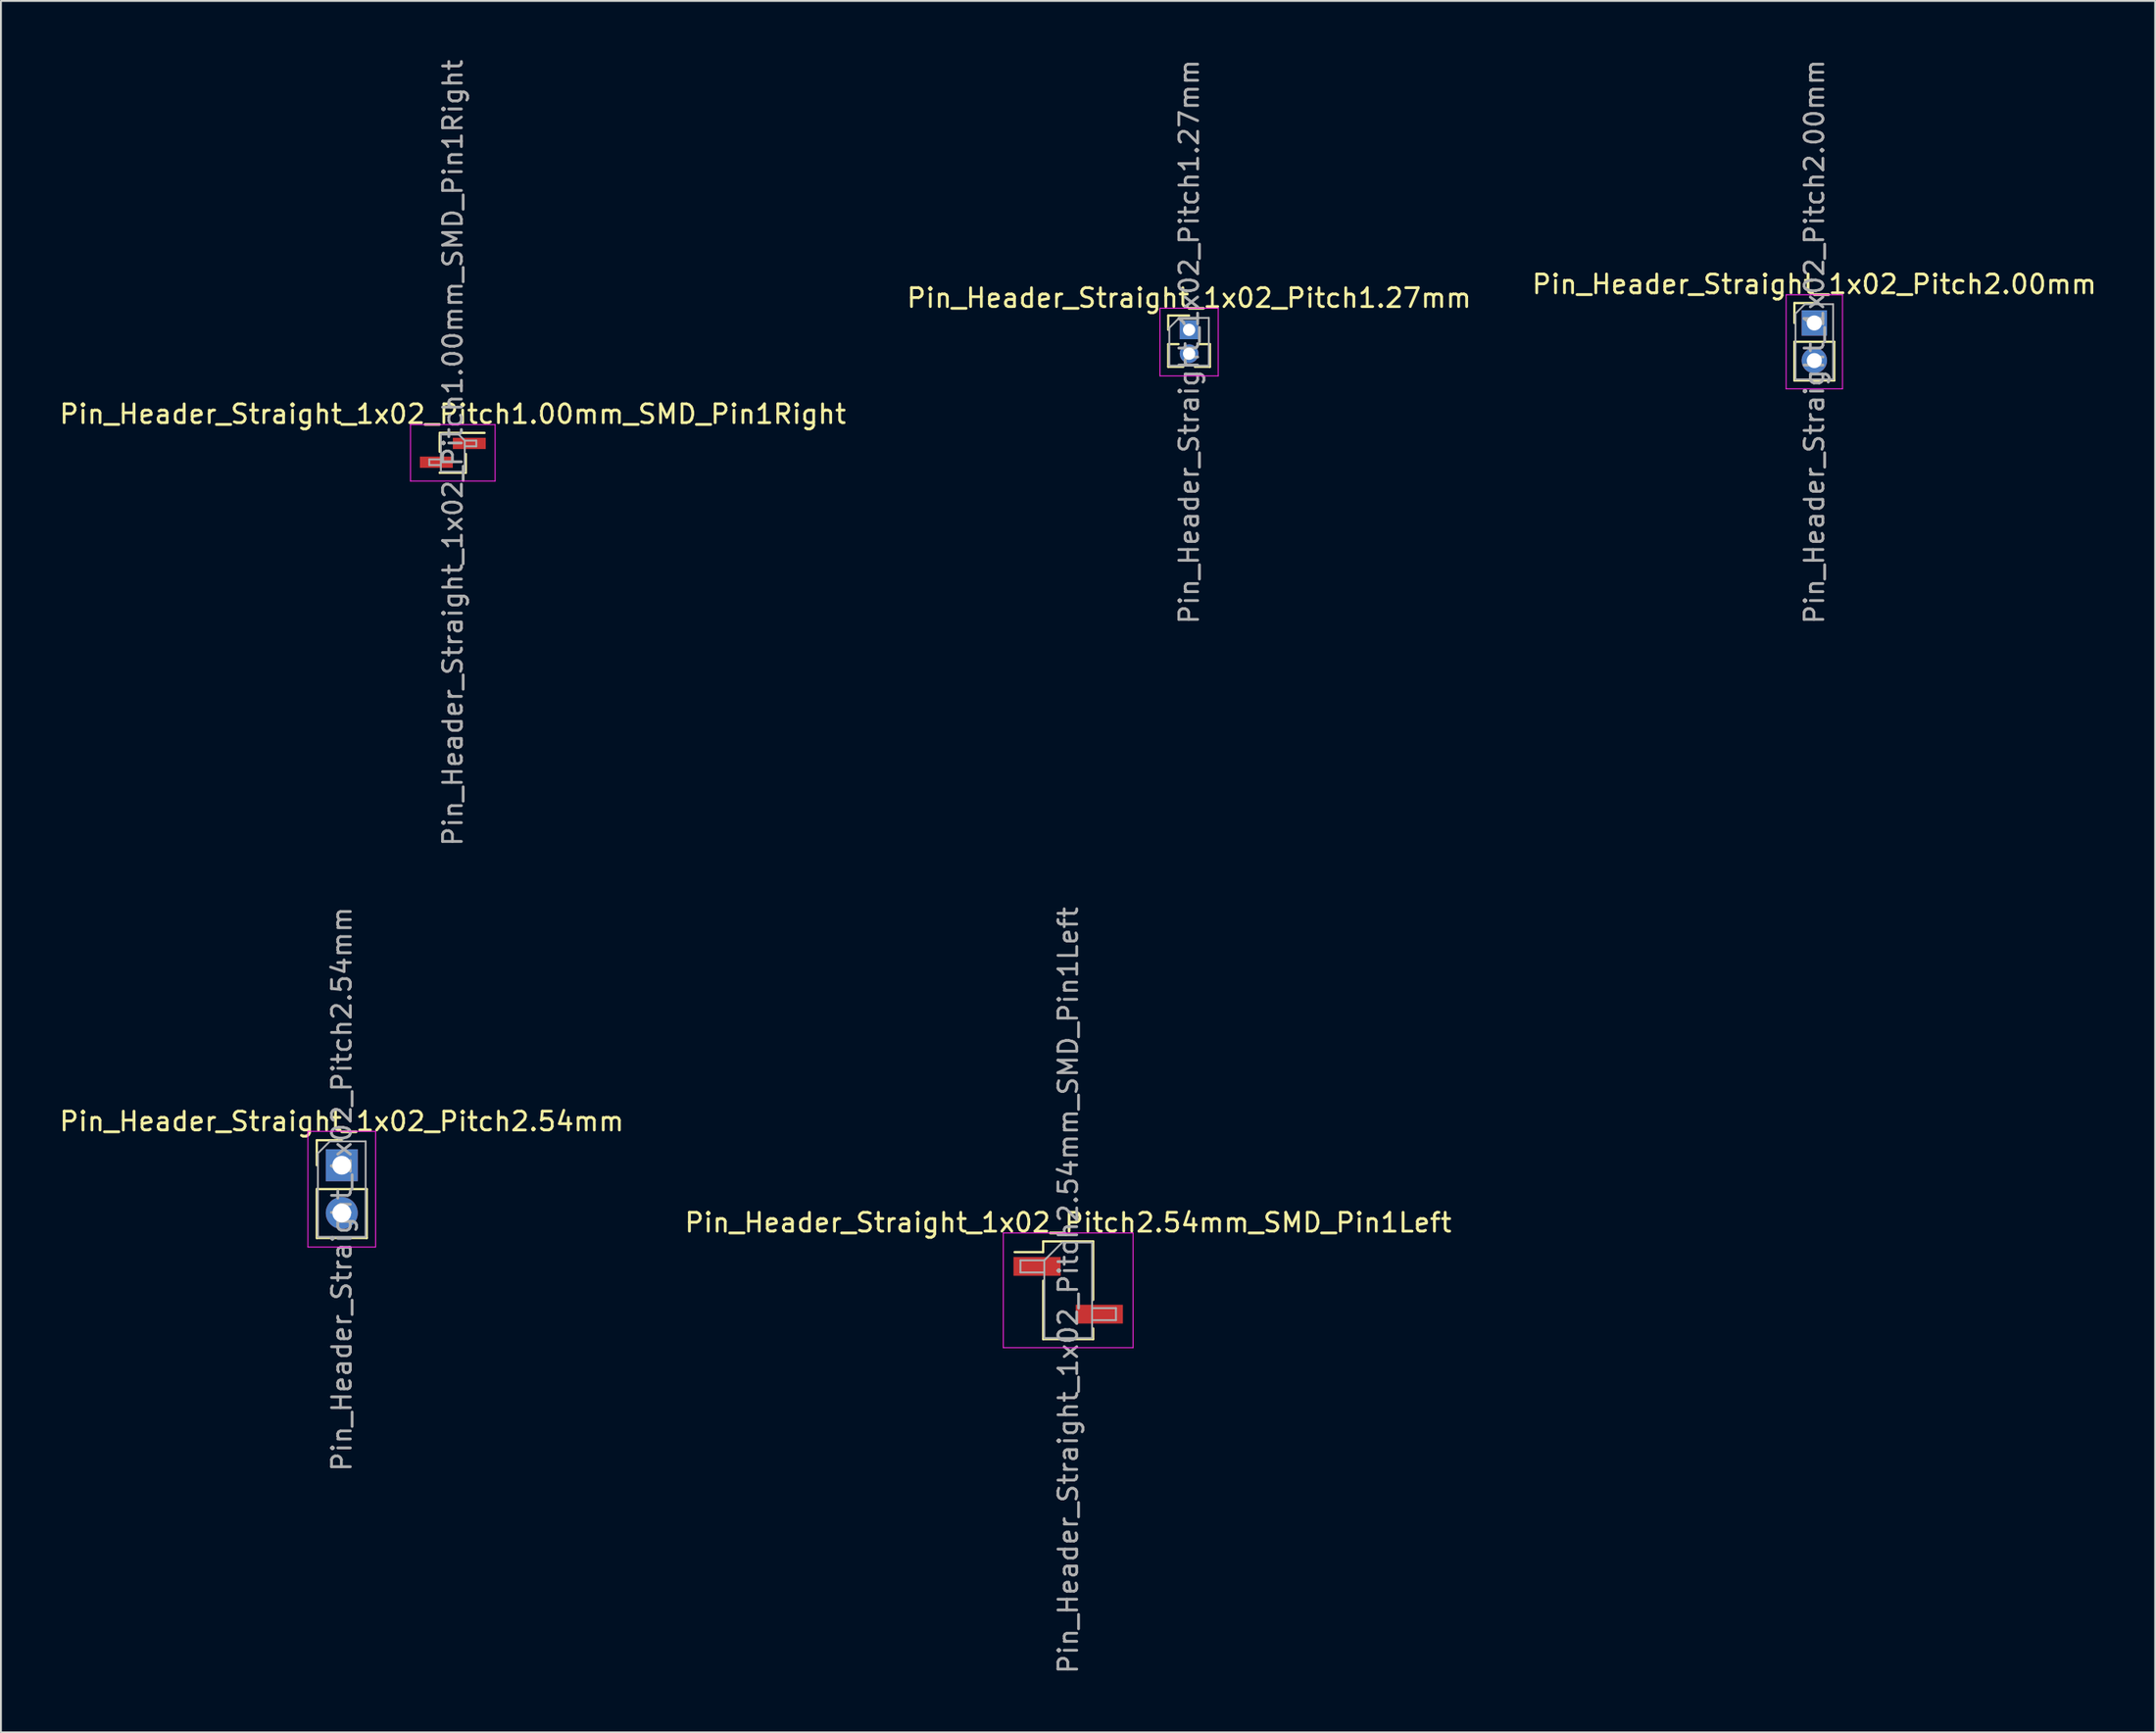
<source format=kicad_pcb>
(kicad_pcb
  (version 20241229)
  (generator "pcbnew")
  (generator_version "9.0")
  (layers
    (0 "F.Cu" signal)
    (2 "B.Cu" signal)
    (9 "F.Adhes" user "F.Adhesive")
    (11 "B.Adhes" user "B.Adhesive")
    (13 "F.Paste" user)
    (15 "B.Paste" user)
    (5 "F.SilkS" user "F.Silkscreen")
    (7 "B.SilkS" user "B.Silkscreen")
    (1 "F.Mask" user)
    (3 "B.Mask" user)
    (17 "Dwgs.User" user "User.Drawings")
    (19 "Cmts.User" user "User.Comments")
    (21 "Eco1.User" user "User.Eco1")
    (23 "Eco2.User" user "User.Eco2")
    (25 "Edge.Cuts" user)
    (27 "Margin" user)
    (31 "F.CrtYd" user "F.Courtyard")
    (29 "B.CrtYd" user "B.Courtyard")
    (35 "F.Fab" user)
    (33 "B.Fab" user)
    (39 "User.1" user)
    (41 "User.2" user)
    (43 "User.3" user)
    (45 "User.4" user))
  (footprint "Pin_Header_Straight_1x02_Pitch2.54mm_SMD_Pin1Left"
    (layer "F.Cu")
    (at 53.756 65.565)
    (property "Reference" "Pin_Header_Straight_1x02_Pitch2.54mm_SMD_Pin1Left" (at 0 -3.6 0) (layer "F.SilkS") (effects (font (size 1 1) (thickness 0.15))))
    (attr smd)
    (fp_line (start -1.33 -2.6) (end -1.33 -2.03) (stroke (width 0.12) (type solid)) (layer "F.SilkS"))
    (fp_line (start -1.33 -2.6) (end 1.33 -2.6) (stroke (width 0.12) (type solid)) (layer "F.SilkS"))
    (fp_line (start -1.33 -2.03) (end -2.85 -2.03) (stroke (width 0.12) (type solid)) (layer "F.SilkS"))
    (fp_line (start -1.33 -0.51) (end -1.33 2.6) (stroke (width 0.12) (type solid)) (layer "F.SilkS"))
    (fp_line (start -1.33 2.6) (end 1.33 2.6) (stroke (width 0.12) (type solid)) (layer "F.SilkS"))
    (fp_line (start 1.33 -2.6) (end 1.33 0.51) (stroke (width 0.12) (type solid)) (layer "F.SilkS"))
    (fp_line (start 1.33 2.03) (end 1.33 2.6) (stroke (width 0.12) (type solid)) (layer "F.SilkS"))
    (fp_line (start -3.45 -3.05) (end -3.45 3.05) (stroke (width 0.05) (type solid)) (layer "F.CrtYd"))
    (fp_line (start -3.45 3.05) (end 3.45 3.05) (stroke (width 0.05) (type solid)) (layer "F.CrtYd"))
    (fp_line (start 3.45 -3.05) (end -3.45 -3.05) (stroke (width 0.05) (type solid)) (layer "F.CrtYd"))
    (fp_line (start 3.45 3.05) (end 3.45 -3.05) (stroke (width 0.05) (type solid)) (layer "F.CrtYd"))
    (fp_line (start -2.54 -1.59) (end -2.54 -0.95) (stroke (width 0.1) (type solid)) (layer "F.Fab"))
    (fp_line (start -2.54 -0.95) (end -1.27 -0.95) (stroke (width 0.1) (type solid)) (layer "F.Fab"))
    (fp_line (start -1.27 -1.59) (end -2.54 -1.59) (stroke (width 0.1) (type solid)) (layer "F.Fab"))
    (fp_line (start -1.27 -1.59) (end -0.32 -2.54) (stroke (width 0.1) (type solid)) (layer "F.Fab"))
    (fp_line (start -1.27 2.54) (end -1.27 -1.59) (stroke (width 0.1) (type solid)) (layer "F.Fab"))
    (fp_line (start -0.32 -2.54) (end 1.27 -2.54) (stroke (width 0.1) (type solid)) (layer "F.Fab"))
    (fp_line (start 1.27 -2.54) (end 1.27 2.54) (stroke (width 0.1) (type solid)) (layer "F.Fab"))
    (fp_line (start 1.27 0.95) (end 2.54 0.95) (stroke (width 0.1) (type solid)) (layer "F.Fab"))
    (fp_line (start 1.27 2.54) (end -1.27 2.54) (stroke (width 0.1) (type solid)) (layer "F.Fab"))
    (fp_line (start 2.54 0.95) (end 2.54 1.59) (stroke (width 0.1) (type solid)) (layer "F.Fab"))
    (fp_line (start 2.54 1.59) (end 1.27 1.59) (stroke (width 0.1) (type solid)) (layer "F.Fab"))
    (fp_text user "${REFERENCE}" (at 0 0 90) (layer "F.Fab") (effects (font (size 1 1) (thickness 0.15))))
    (pad "1" smd rect (at -1.655 -1.27) (size 2.51 1) (layers "F.Cu" "F.Mask" "F.Paste"))
    (pad "2" smd rect (at 1.655 1.27) (size 2.51 1) (layers "F.Cu" "F.Mask" "F.Paste")))
  (footprint "Pin_Header_Straight_1x02_Pitch1.00mm_SMD_Pin1Right"
    (layer "F.Cu")
    (at 21.03 21.03)
    (property "Reference" "Pin_Header_Straight_1x02_Pitch1.00mm_SMD_Pin1Right" (at 0 -2.06 0) (layer "F.SilkS") (effects (font (size 1 1) (thickness 0.15))))
    (attr smd)
    (fp_line (start -0.695 -1.06) (end -0.695 -0.06) (stroke (width 0.12) (type solid)) (layer "F.SilkS"))
    (fp_line (start -0.695 -1.06) (end 0.695 -1.06) (stroke (width 0.12) (type solid)) (layer "F.SilkS"))
    (fp_line (start -0.695 -0.94) (end -0.695 -0.06) (stroke (width 0.12) (type solid)) (layer "F.SilkS"))
    (fp_line (start -0.695 1.06) (end -0.695 1.06) (stroke (width 0.12) (type solid)) (layer "F.SilkS"))
    (fp_line (start -0.695 1.06) (end 0.695 1.06) (stroke (width 0.12) (type solid)) (layer "F.SilkS"))
    (fp_line (start 0.695 -1.06) (end 0.695 -1.06) (stroke (width 0.12) (type solid)) (layer "F.SilkS"))
    (fp_line (start 0.695 -1.06) (end 1.69 -1.06) (stroke (width 0.12) (type solid)) (layer "F.SilkS"))
    (fp_line (start 0.695 0.06) (end 0.695 1.06) (stroke (width 0.12) (type solid)) (layer "F.SilkS"))
    (fp_line (start -2.25 -1.5) (end -2.25 1.5) (stroke (width 0.05) (type solid)) (layer "F.CrtYd"))
    (fp_line (start -2.25 1.5) (end 2.25 1.5) (stroke (width 0.05) (type solid)) (layer "F.CrtYd"))
    (fp_line (start 2.25 -1.5) (end -2.25 -1.5) (stroke (width 0.05) (type solid)) (layer "F.CrtYd"))
    (fp_line (start 2.25 1.5) (end 2.25 -1.5) (stroke (width 0.05) (type solid)) (layer "F.CrtYd"))
    (fp_line (start -1.25 0.35) (end -1.25 0.65) (stroke (width 0.1) (type solid)) (layer "F.Fab"))
    (fp_line (start -1.25 0.65) (end -0.635 0.65) (stroke (width 0.1) (type solid)) (layer "F.Fab"))
    (fp_line (start -0.635 -1) (end -0.635 1) (stroke (width 0.1) (type solid)) (layer "F.Fab"))
    (fp_line (start -0.635 -1) (end 0.285 -1) (stroke (width 0.1) (type solid)) (layer "F.Fab"))
    (fp_line (start -0.635 0.35) (end -1.25 0.35) (stroke (width 0.1) (type solid)) (layer "F.Fab"))
    (fp_line (start 0.635 -0.65) (end 0.285 -1) (stroke (width 0.1) (type solid)) (layer "F.Fab"))
    (fp_line (start 0.635 -0.65) (end 1.25 -0.65) (stroke (width 0.1) (type solid)) (layer "F.Fab"))
    (fp_line (start 0.635 1) (end -0.635 1) (stroke (width 0.1) (type solid)) (layer "F.Fab"))
    (fp_line (start 0.635 1) (end 0.635 -0.65) (stroke (width 0.1) (type solid)) (layer "F.Fab"))
    (fp_line (start 1.25 -0.65) (end 1.25 -0.35) (stroke (width 0.1) (type solid)) (layer "F.Fab"))
    (fp_line (start 1.25 -0.35) (end 0.635 -0.35) (stroke (width 0.1) (type solid)) (layer "F.Fab"))
    (fp_text user "${REFERENCE}" (at 0 0 90) (layer "F.Fab") (effects (font (size 1 1) (thickness 0.15))))
    (pad "1" smd rect (at 0.875 -0.5) (size 1.75 0.6) (layers "F.Cu" "F.Mask" "F.Paste"))
    (pad "2" smd rect (at -0.875 0.5) (size 1.75 0.6) (layers "F.Cu" "F.Mask" "F.Paste")))
  (footprint "Pin_Header_Straight_1x02_Pitch2.54mm"
    (layer "F.Cu")
    (at 15.125 58.915)
    (property "Reference" "Pin_Header_Straight_1x02_Pitch2.54mm" (at 0 -2.33 0) (layer "F.SilkS") (effects (font (size 1 1) (thickness 0.15))))
    (attr through_hole)
    (fp_line (start -1.33 -1.33) (end 0 -1.33) (stroke (width 0.12) (type solid)) (layer "F.SilkS"))
    (fp_line (start -1.33 0) (end -1.33 -1.33) (stroke (width 0.12) (type solid)) (layer "F.SilkS"))
    (fp_line (start -1.33 1.27) (end -1.33 3.87) (stroke (width 0.12) (type solid)) (layer "F.SilkS"))
    (fp_line (start -1.33 1.27) (end 1.33 1.27) (stroke (width 0.12) (type solid)) (layer "F.SilkS"))
    (fp_line (start -1.33 3.87) (end 1.33 3.87) (stroke (width 0.12) (type solid)) (layer "F.SilkS"))
    (fp_line (start 1.33 1.27) (end 1.33 3.87) (stroke (width 0.12) (type solid)) (layer "F.SilkS"))
    (fp_line (start -1.8 -1.8) (end -1.8 4.35) (stroke (width 0.05) (type solid)) (layer "F.CrtYd"))
    (fp_line (start -1.8 4.35) (end 1.8 4.35) (stroke (width 0.05) (type solid)) (layer "F.CrtYd"))
    (fp_line (start 1.8 -1.8) (end -1.8 -1.8) (stroke (width 0.05) (type solid)) (layer "F.CrtYd"))
    (fp_line (start 1.8 4.35) (end 1.8 -1.8) (stroke (width 0.05) (type solid)) (layer "F.CrtYd"))
    (fp_line (start -1.27 -0.635) (end -0.635 -1.27) (stroke (width 0.1) (type solid)) (layer "F.Fab"))
    (fp_line (start -1.27 3.81) (end -1.27 -0.635) (stroke (width 0.1) (type solid)) (layer "F.Fab"))
    (fp_line (start -0.635 -1.27) (end 1.27 -1.27) (stroke (width 0.1) (type solid)) (layer "F.Fab"))
    (fp_line (start 1.27 -1.27) (end 1.27 3.81) (stroke (width 0.1) (type solid)) (layer "F.Fab"))
    (fp_line (start 1.27 3.81) (end -1.27 3.81) (stroke (width 0.1) (type solid)) (layer "F.Fab"))
    (fp_text user "${REFERENCE}" (at 0 1.27 90) (layer "F.Fab") (effects (font (size 1 1) (thickness 0.15))))
    (pad "1" thru_hole rect (at 0 0) (size 1.7 1.7) (drill 1) (layers "*.Cu" "*.Mask"))
    (pad "2" thru_hole oval (at 0 2.54) (size 1.7 1.7) (drill 1) (layers "*.Cu" "*.Mask")))
  (footprint "Pin_Header_Straight_1x02_Pitch1.27mm"
    (layer "F.Cu")
    (at 60.185 14.49)
    (property "Reference" "Pin_Header_Straight_1x02_Pitch1.27mm" (at 0 -1.695 0) (layer "F.SilkS") (effects (font (size 1 1) (thickness 0.15))))
    (attr through_hole)
    (fp_line (start -1.11 -0.76) (end 0 -0.76) (stroke (width 0.12) (type solid)) (layer "F.SilkS"))
    (fp_line (start -1.11 0) (end -1.11 -0.76) (stroke (width 0.12) (type solid)) (layer "F.SilkS"))
    (fp_line (start -1.11 0.76) (end -1.11 1.965) (stroke (width 0.12) (type solid)) (layer "F.SilkS"))
    (fp_line (start -1.11 0.76) (end -0.563 0.76) (stroke (width 0.12) (type solid)) (layer "F.SilkS"))
    (fp_line (start -1.11 1.965) (end -0.308 1.965) (stroke (width 0.12) (type solid)) (layer "F.SilkS"))
    (fp_line (start 0.308 1.965) (end 1.11 1.965) (stroke (width 0.12) (type solid)) (layer "F.SilkS"))
    (fp_line (start 0.563 0.76) (end 1.11 0.76) (stroke (width 0.12) (type solid)) (layer "F.SilkS"))
    (fp_line (start 1.11 0.76) (end 1.11 1.965) (stroke (width 0.12) (type solid)) (layer "F.SilkS"))
    (fp_line (start -1.55 -1.15) (end -1.55 2.45) (stroke (width 0.05) (type solid)) (layer "F.CrtYd"))
    (fp_line (start -1.55 2.45) (end 1.55 2.45) (stroke (width 0.05) (type solid)) (layer "F.CrtYd"))
    (fp_line (start 1.55 -1.15) (end -1.55 -1.15) (stroke (width 0.05) (type solid)) (layer "F.CrtYd"))
    (fp_line (start 1.55 2.45) (end 1.55 -1.15) (stroke (width 0.05) (type solid)) (layer "F.CrtYd"))
    (fp_line (start -1.05 -0.11) (end -0.525 -0.635) (stroke (width 0.1) (type solid)) (layer "F.Fab"))
    (fp_line (start -1.05 1.905) (end -1.05 -0.11) (stroke (width 0.1) (type solid)) (layer "F.Fab"))
    (fp_line (start -0.525 -0.635) (end 1.05 -0.635) (stroke (width 0.1) (type solid)) (layer "F.Fab"))
    (fp_line (start 1.05 -0.635) (end 1.05 1.905) (stroke (width 0.1) (type solid)) (layer "F.Fab"))
    (fp_line (start 1.05 1.905) (end -1.05 1.905) (stroke (width 0.1) (type solid)) (layer "F.Fab"))
    (fp_text user "${REFERENCE}" (at 0 0.635 90) (layer "F.Fab") (effects (font (size 1 1) (thickness 0.15))))
    (pad "1" thru_hole rect (at 0 0) (size 1 1) (drill 0.65) (layers "*.Cu" "*.Mask"))
    (pad "2" thru_hole oval (at 0 1.27) (size 1 1) (drill 0.65) (layers "*.Cu" "*.Mask")))
  (footprint "Pin_Header_Straight_1x02_Pitch2.00mm"
    (layer "F.Cu")
    (at 93.435 14.125)
    (property "Reference" "Pin_Header_Straight_1x02_Pitch2.00mm" (at 0 -2.06 0) (layer "F.SilkS") (effects (font (size 1 1) (thickness 0.15))))
    (attr through_hole)
    (fp_line (start -1.06 -1.06) (end 0 -1.06) (stroke (width 0.12) (type solid)) (layer "F.SilkS"))
    (fp_line (start -1.06 0) (end -1.06 -1.06) (stroke (width 0.12) (type solid)) (layer "F.SilkS"))
    (fp_line (start -1.06 1) (end -1.06 3.06) (stroke (width 0.12) (type solid)) (layer "F.SilkS"))
    (fp_line (start -1.06 1) (end 1.06 1) (stroke (width 0.12) (type solid)) (layer "F.SilkS"))
    (fp_line (start -1.06 3.06) (end 1.06 3.06) (stroke (width 0.12) (type solid)) (layer "F.SilkS"))
    (fp_line (start 1.06 1) (end 1.06 3.06) (stroke (width 0.12) (type solid)) (layer "F.SilkS"))
    (fp_line (start -1.5 -1.5) (end -1.5 3.5) (stroke (width 0.05) (type solid)) (layer "F.CrtYd"))
    (fp_line (start -1.5 3.5) (end 1.5 3.5) (stroke (width 0.05) (type solid)) (layer "F.CrtYd"))
    (fp_line (start 1.5 -1.5) (end -1.5 -1.5) (stroke (width 0.05) (type solid)) (layer "F.CrtYd"))
    (fp_line (start 1.5 3.5) (end 1.5 -1.5) (stroke (width 0.05) (type solid)) (layer "F.CrtYd"))
    (fp_line (start -1 -0.5) (end -0.5 -1) (stroke (width 0.1) (type solid)) (layer "F.Fab"))
    (fp_line (start -1 3) (end -1 -0.5) (stroke (width 0.1) (type solid)) (layer "F.Fab"))
    (fp_line (start -0.5 -1) (end 1 -1) (stroke (width 0.1) (type solid)) (layer "F.Fab"))
    (fp_line (start 1 -1) (end 1 3) (stroke (width 0.1) (type solid)) (layer "F.Fab"))
    (fp_line (start 1 3) (end -1 3) (stroke (width 0.1) (type solid)) (layer "F.Fab"))
    (fp_text user "${REFERENCE}" (at 0 1 90) (layer "F.Fab") (effects (font (size 1 1) (thickness 0.15))))
    (pad "1" thru_hole rect (at 0 0) (size 1.35 1.35) (drill 0.8) (layers "*.Cu" "*.Mask"))
    (pad "2" thru_hole oval (at 0 2) (size 1.35 1.35) (drill 0.8) (layers "*.Cu" "*.Mask")))
  (gr_rect
    (start -3 -3)
    (end 111.56 89.071)
    (stroke (width 0.1) (type default))
    (fill no)
    (layer "Edge.Cuts")))
</source>
